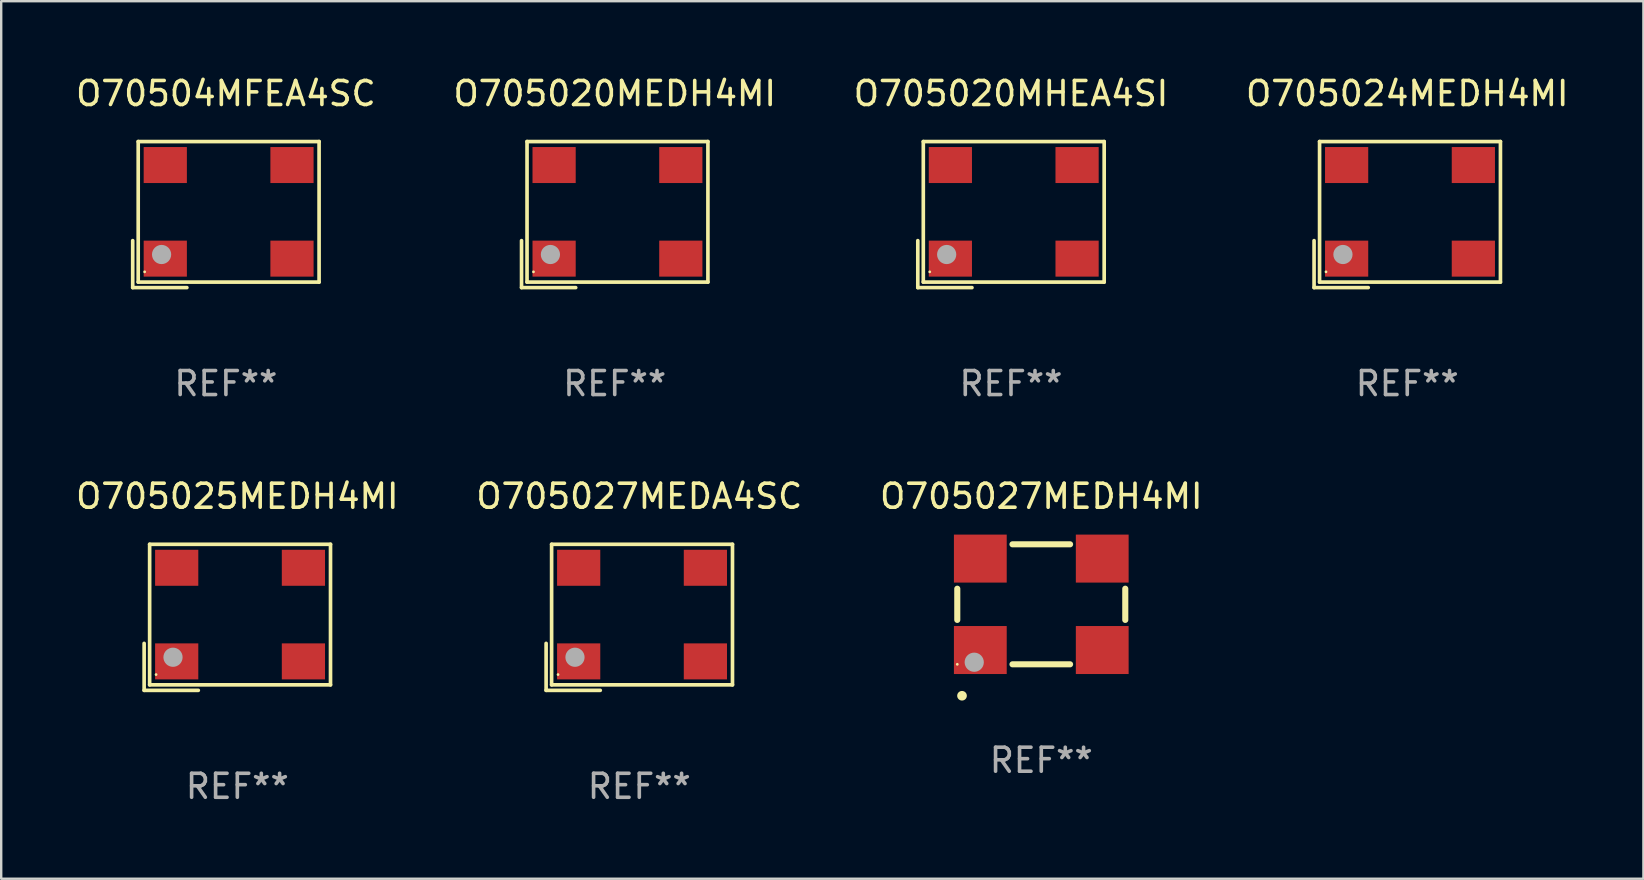
<source format=kicad_pcb>
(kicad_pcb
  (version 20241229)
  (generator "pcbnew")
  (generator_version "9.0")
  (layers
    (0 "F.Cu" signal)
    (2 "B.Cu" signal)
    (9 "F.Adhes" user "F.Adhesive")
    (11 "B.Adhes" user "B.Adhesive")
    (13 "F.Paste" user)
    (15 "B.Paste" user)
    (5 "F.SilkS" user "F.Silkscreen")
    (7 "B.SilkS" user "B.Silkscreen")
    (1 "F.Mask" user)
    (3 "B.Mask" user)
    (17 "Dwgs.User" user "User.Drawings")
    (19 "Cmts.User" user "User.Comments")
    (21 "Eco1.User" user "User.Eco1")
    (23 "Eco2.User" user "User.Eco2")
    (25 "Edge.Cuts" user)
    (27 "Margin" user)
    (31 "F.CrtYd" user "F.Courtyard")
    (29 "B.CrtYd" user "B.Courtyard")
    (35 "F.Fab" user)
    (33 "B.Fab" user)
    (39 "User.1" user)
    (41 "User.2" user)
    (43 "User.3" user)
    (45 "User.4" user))
  (footprint "O705024MEDH4MI"
    (layer "F.Cu")
    (at 55.589 5.891)
    (property "Reference" "O705024MEDH4MI" (at 0 -5.043 0) (layer "F.SilkS") (effects (font (size 1 1) (thickness 0.15))))
    (attr through_hole)
    (fp_line (start -3.883 1.086) (end -3.883 3.043) (stroke (width 0.152) (type solid)) (layer "F.SilkS"))
    (fp_line (start -3.883 3.043) (end -1.626 3.043) (stroke (width 0.152) (type solid)) (layer "F.SilkS"))
    (fp_line (start -3.654 -3.043) (end 3.883 -3.043) (stroke (width 0.152) (type solid)) (layer "F.SilkS"))
    (fp_line (start -3.654 2.814) (end -3.654 -3.043) (stroke (width 0.152) (type solid)) (layer "F.SilkS"))
    (fp_line (start 3.883 -3.043) (end 3.883 2.814) (stroke (width 0.152) (type solid)) (layer "F.SilkS"))
    (fp_line (start 3.883 2.814) (end -3.654 2.814) (stroke (width 0.152) (type solid)) (layer "F.SilkS"))
    (fp_circle (center -3.386 2.386) (end -3.356 2.386) (stroke (width 0.06) (type solid)) (fill no) (layer "F.SilkS"))
    (fp_circle (center -2.68 1.664) (end -2.48 1.664) (stroke (width 0.4) (type solid)) (fill no) (layer "F.Fab"))
    (fp_text user "REF**" (at 0 7.043 0) (layer "F.Fab") (effects (font (size 1 1) (thickness 0.15))))
    (pad "1" smd rect (at -2.526 1.836) (size 1.8 1.5) (layers "F.Cu" "F.Mask" "F.Paste"))
    (pad "2" smd rect (at 2.754 1.836) (size 1.8 1.5) (layers "F.Cu" "F.Mask" "F.Paste"))
    (pad "3" smd rect (at 2.754 -2.064) (size 1.8 1.5) (layers "F.Cu" "F.Mask" "F.Paste"))
    (pad "4" smd rect (at -2.526 -2.064) (size 1.8 1.5) (layers "F.Cu" "F.Mask" "F.Paste")))
  (footprint "O705025MEDH4MI"
    (layer "F.Cu")
    (at 6.839 22.673)
    (property "Reference" "O705025MEDH4MI" (at 0 -5.043 0) (layer "F.SilkS") (effects (font (size 1 1) (thickness 0.15))))
    (attr through_hole)
    (fp_line (start -3.883 1.086) (end -3.883 3.043) (stroke (width 0.152) (type solid)) (layer "F.SilkS"))
    (fp_line (start -3.883 3.043) (end -1.626 3.043) (stroke (width 0.152) (type solid)) (layer "F.SilkS"))
    (fp_line (start -3.654 -3.043) (end 3.883 -3.043) (stroke (width 0.152) (type solid)) (layer "F.SilkS"))
    (fp_line (start -3.654 2.814) (end -3.654 -3.043) (stroke (width 0.152) (type solid)) (layer "F.SilkS"))
    (fp_line (start 3.883 -3.043) (end 3.883 2.814) (stroke (width 0.152) (type solid)) (layer "F.SilkS"))
    (fp_line (start 3.883 2.814) (end -3.654 2.814) (stroke (width 0.152) (type solid)) (layer "F.SilkS"))
    (fp_circle (center -3.386 2.386) (end -3.356 2.386) (stroke (width 0.06) (type solid)) (fill no) (layer "F.SilkS"))
    (fp_circle (center -2.68 1.664) (end -2.48 1.664) (stroke (width 0.4) (type solid)) (fill no) (layer "F.Fab"))
    (fp_text user "REF**" (at 0 7.043 0) (layer "F.Fab") (effects (font (size 1 1) (thickness 0.15))))
    (pad "1" smd rect (at -2.526 1.836) (size 1.8 1.5) (layers "F.Cu" "F.Mask" "F.Paste"))
    (pad "2" smd rect (at 2.754 1.836) (size 1.8 1.5) (layers "F.Cu" "F.Mask" "F.Paste"))
    (pad "3" smd rect (at 2.754 -2.064) (size 1.8 1.5) (layers "F.Cu" "F.Mask" "F.Paste"))
    (pad "4" smd rect (at -2.526 -2.064) (size 1.8 1.5) (layers "F.Cu" "F.Mask" "F.Paste")))
  (footprint "O705020MEDH4MI"
    (layer "F.Cu")
    (at 22.565 5.891)
    (property "Reference" "O705020MEDH4MI" (at 0 -5.043 0) (layer "F.SilkS") (effects (font (size 1 1) (thickness 0.15))))
    (attr through_hole)
    (fp_line (start -3.883 1.086) (end -3.883 3.043) (stroke (width 0.152) (type solid)) (layer "F.SilkS"))
    (fp_line (start -3.883 3.043) (end -1.626 3.043) (stroke (width 0.152) (type solid)) (layer "F.SilkS"))
    (fp_line (start -3.654 -3.043) (end 3.883 -3.043) (stroke (width 0.152) (type solid)) (layer "F.SilkS"))
    (fp_line (start -3.654 2.814) (end -3.654 -3.043) (stroke (width 0.152) (type solid)) (layer "F.SilkS"))
    (fp_line (start 3.883 -3.043) (end 3.883 2.814) (stroke (width 0.152) (type solid)) (layer "F.SilkS"))
    (fp_line (start 3.883 2.814) (end -3.654 2.814) (stroke (width 0.152) (type solid)) (layer "F.SilkS"))
    (fp_circle (center -3.386 2.386) (end -3.356 2.386) (stroke (width 0.06) (type solid)) (fill no) (layer "F.SilkS"))
    (fp_circle (center -2.68 1.664) (end -2.48 1.664) (stroke (width 0.4) (type solid)) (fill no) (layer "F.Fab"))
    (fp_text user "REF**" (at 0 7.043 0) (layer "F.Fab") (effects (font (size 1 1) (thickness 0.15))))
    (pad "1" smd rect (at -2.526 1.836) (size 1.8 1.5) (layers "F.Cu" "F.Mask" "F.Paste"))
    (pad "2" smd rect (at 2.754 1.836) (size 1.8 1.5) (layers "F.Cu" "F.Mask" "F.Paste"))
    (pad "3" smd rect (at 2.754 -2.064) (size 1.8 1.5) (layers "F.Cu" "F.Mask" "F.Paste"))
    (pad "4" smd rect (at -2.526 -2.064) (size 1.8 1.5) (layers "F.Cu" "F.Mask" "F.Paste")))
  (footprint "O705027MEDH4MI"
    (layer "F.Cu")
    (at 40.339 22.131)
    (property "Reference" "O705027MEDH4MI" (at 0 -4.5 0) (layer "F.SilkS") (effects (font (size 1 1) (thickness 0.15))))
    (attr through_hole)
    (fp_line (start -3.5 0.65) (end -3.5 -0.65) (stroke (width 0.254) (type solid)) (layer "F.SilkS"))
    (fp_line (start 1.2 -2.5) (end -1.2 -2.5) (stroke (width 0.254) (type solid)) (layer "F.SilkS"))
    (fp_line (start 1.2 2.5) (end -1.2 2.5) (stroke (width 0.254) (type solid)) (layer "F.SilkS"))
    (fp_line (start 3.5 0.65) (end 3.5 -0.65) (stroke (width 0.254) (type solid)) (layer "F.SilkS"))
    (fp_arc (start -3.304547 3.81016) (mid -3.303277 3.810156) (end -3.302007 3.81016) (stroke (width 0.4) (type solid)) (layer "F.SilkS"))
    (fp_circle (center -3.5 2.5) (end -3.47 2.5) (stroke (width 0.06) (type solid)) (fill no) (layer "F.SilkS"))
    (fp_circle (center -2.794 2.413) (end -2.594 2.413) (stroke (width 0.4) (type solid)) (fill no) (layer "F.Fab"))
    (fp_text user "REF**" (at 0 6.5 0) (layer "F.Fab") (effects (font (size 1 1) (thickness 0.15))))
    (pad "1" smd rect (at -2.54 1.905 180) (size 2.2 2) (layers "F.Cu" "F.Mask" "F.Paste"))
    (pad "2" smd rect (at 2.54 1.905 180) (size 2.2 2) (layers "F.Cu" "F.Mask" "F.Paste"))
    (pad "3" smd rect (at 2.54 -1.905 180) (size 2.2 2) (layers "F.Cu" "F.Mask" "F.Paste"))
    (pad "4" smd rect (at -2.54 -1.905 180) (size 2.2 2) (layers "F.Cu" "F.Mask" "F.Paste")))
  (footprint "O70504MFEA4SC"
    (layer "F.Cu")
    (at 6.363 5.891)
    (property "Reference" "O70504MFEA4SC" (at 0 -5.043 0) (layer "F.SilkS") (effects (font (size 1 1) (thickness 0.15))))
    (attr through_hole)
    (fp_line (start -3.883 1.086) (end -3.883 3.043) (stroke (width 0.152) (type solid)) (layer "F.SilkS"))
    (fp_line (start -3.883 3.043) (end -1.626 3.043) (stroke (width 0.152) (type solid)) (layer "F.SilkS"))
    (fp_line (start -3.654 -3.043) (end 3.883 -3.043) (stroke (width 0.152) (type solid)) (layer "F.SilkS"))
    (fp_line (start -3.654 2.814) (end -3.654 -3.043) (stroke (width 0.152) (type solid)) (layer "F.SilkS"))
    (fp_line (start 3.883 -3.043) (end 3.883 2.814) (stroke (width 0.152) (type solid)) (layer "F.SilkS"))
    (fp_line (start 3.883 2.814) (end -3.654 2.814) (stroke (width 0.152) (type solid)) (layer "F.SilkS"))
    (fp_circle (center -3.386 2.386) (end -3.356 2.386) (stroke (width 0.06) (type solid)) (fill no) (layer "F.SilkS"))
    (fp_circle (center -2.68 1.664) (end -2.48 1.664) (stroke (width 0.4) (type solid)) (fill no) (layer "F.Fab"))
    (fp_text user "REF**" (at 0 7.043 0) (layer "F.Fab") (effects (font (size 1 1) (thickness 0.15))))
    (pad "1" smd rect (at -2.526 1.836) (size 1.8 1.5) (layers "F.Cu" "F.Mask" "F.Paste"))
    (pad "2" smd rect (at 2.754 1.836) (size 1.8 1.5) (layers "F.Cu" "F.Mask" "F.Paste"))
    (pad "3" smd rect (at 2.754 -2.064) (size 1.8 1.5) (layers "F.Cu" "F.Mask" "F.Paste"))
    (pad "4" smd rect (at -2.526 -2.064) (size 1.8 1.5) (layers "F.Cu" "F.Mask" "F.Paste")))
  (footprint "O705027MEDA4SC"
    (layer "F.Cu")
    (at 23.589 22.673)
    (property "Reference" "O705027MEDA4SC" (at 0 -5.043 0) (layer "F.SilkS") (effects (font (size 1 1) (thickness 0.15))))
    (attr through_hole)
    (fp_line (start -3.883 1.086) (end -3.883 3.043) (stroke (width 0.152) (type solid)) (layer "F.SilkS"))
    (fp_line (start -3.883 3.043) (end -1.626 3.043) (stroke (width 0.152) (type solid)) (layer "F.SilkS"))
    (fp_line (start -3.654 -3.043) (end 3.883 -3.043) (stroke (width 0.152) (type solid)) (layer "F.SilkS"))
    (fp_line (start -3.654 2.814) (end -3.654 -3.043) (stroke (width 0.152) (type solid)) (layer "F.SilkS"))
    (fp_line (start 3.883 -3.043) (end 3.883 2.814) (stroke (width 0.152) (type solid)) (layer "F.SilkS"))
    (fp_line (start 3.883 2.814) (end -3.654 2.814) (stroke (width 0.152) (type solid)) (layer "F.SilkS"))
    (fp_circle (center -3.386 2.386) (end -3.356 2.386) (stroke (width 0.06) (type solid)) (fill no) (layer "F.SilkS"))
    (fp_circle (center -2.68 1.664) (end -2.48 1.664) (stroke (width 0.4) (type solid)) (fill no) (layer "F.Fab"))
    (fp_text user "REF**" (at 0 7.043 0) (layer "F.Fab") (effects (font (size 1 1) (thickness 0.15))))
    (pad "1" smd rect (at -2.526 1.836) (size 1.8 1.5) (layers "F.Cu" "F.Mask" "F.Paste"))
    (pad "2" smd rect (at 2.754 1.836) (size 1.8 1.5) (layers "F.Cu" "F.Mask" "F.Paste"))
    (pad "3" smd rect (at 2.754 -2.064) (size 1.8 1.5) (layers "F.Cu" "F.Mask" "F.Paste"))
    (pad "4" smd rect (at -2.526 -2.064) (size 1.8 1.5) (layers "F.Cu" "F.Mask" "F.Paste")))
  (footprint "O705020MHEA4SI"
    (layer "F.Cu")
    (at 39.077 5.891)
    (property "Reference" "O705020MHEA4SI" (at 0 -5.043 0) (layer "F.SilkS") (effects (font (size 1 1) (thickness 0.15))))
    (attr through_hole)
    (fp_line (start -3.883 1.086) (end -3.883 3.043) (stroke (width 0.152) (type solid)) (layer "F.SilkS"))
    (fp_line (start -3.883 3.043) (end -1.626 3.043) (stroke (width 0.152) (type solid)) (layer "F.SilkS"))
    (fp_line (start -3.654 -3.043) (end 3.883 -3.043) (stroke (width 0.152) (type solid)) (layer "F.SilkS"))
    (fp_line (start -3.654 2.814) (end -3.654 -3.043) (stroke (width 0.152) (type solid)) (layer "F.SilkS"))
    (fp_line (start 3.883 -3.043) (end 3.883 2.814) (stroke (width 0.152) (type solid)) (layer "F.SilkS"))
    (fp_line (start 3.883 2.814) (end -3.654 2.814) (stroke (width 0.152) (type solid)) (layer "F.SilkS"))
    (fp_circle (center -3.386 2.386) (end -3.356 2.386) (stroke (width 0.06) (type solid)) (fill no) (layer "F.SilkS"))
    (fp_circle (center -2.68 1.664) (end -2.48 1.664) (stroke (width 0.4) (type solid)) (fill no) (layer "F.Fab"))
    (fp_text user "REF**" (at 0 7.043 0) (layer "F.Fab") (effects (font (size 1 1) (thickness 0.15))))
    (pad "1" smd rect (at -2.526 1.836) (size 1.8 1.5) (layers "F.Cu" "F.Mask" "F.Paste"))
    (pad "2" smd rect (at 2.754 1.836) (size 1.8 1.5) (layers "F.Cu" "F.Mask" "F.Paste"))
    (pad "3" smd rect (at 2.754 -2.064) (size 1.8 1.5) (layers "F.Cu" "F.Mask" "F.Paste"))
    (pad "4" smd rect (at -2.526 -2.064) (size 1.8 1.5) (layers "F.Cu" "F.Mask" "F.Paste")))
  (gr_rect
    (start -3 -3)
    (end 65.429 33.565)
    (stroke (width 0.1) (type default))
    (fill no)
    (layer "Edge.Cuts")))
</source>
